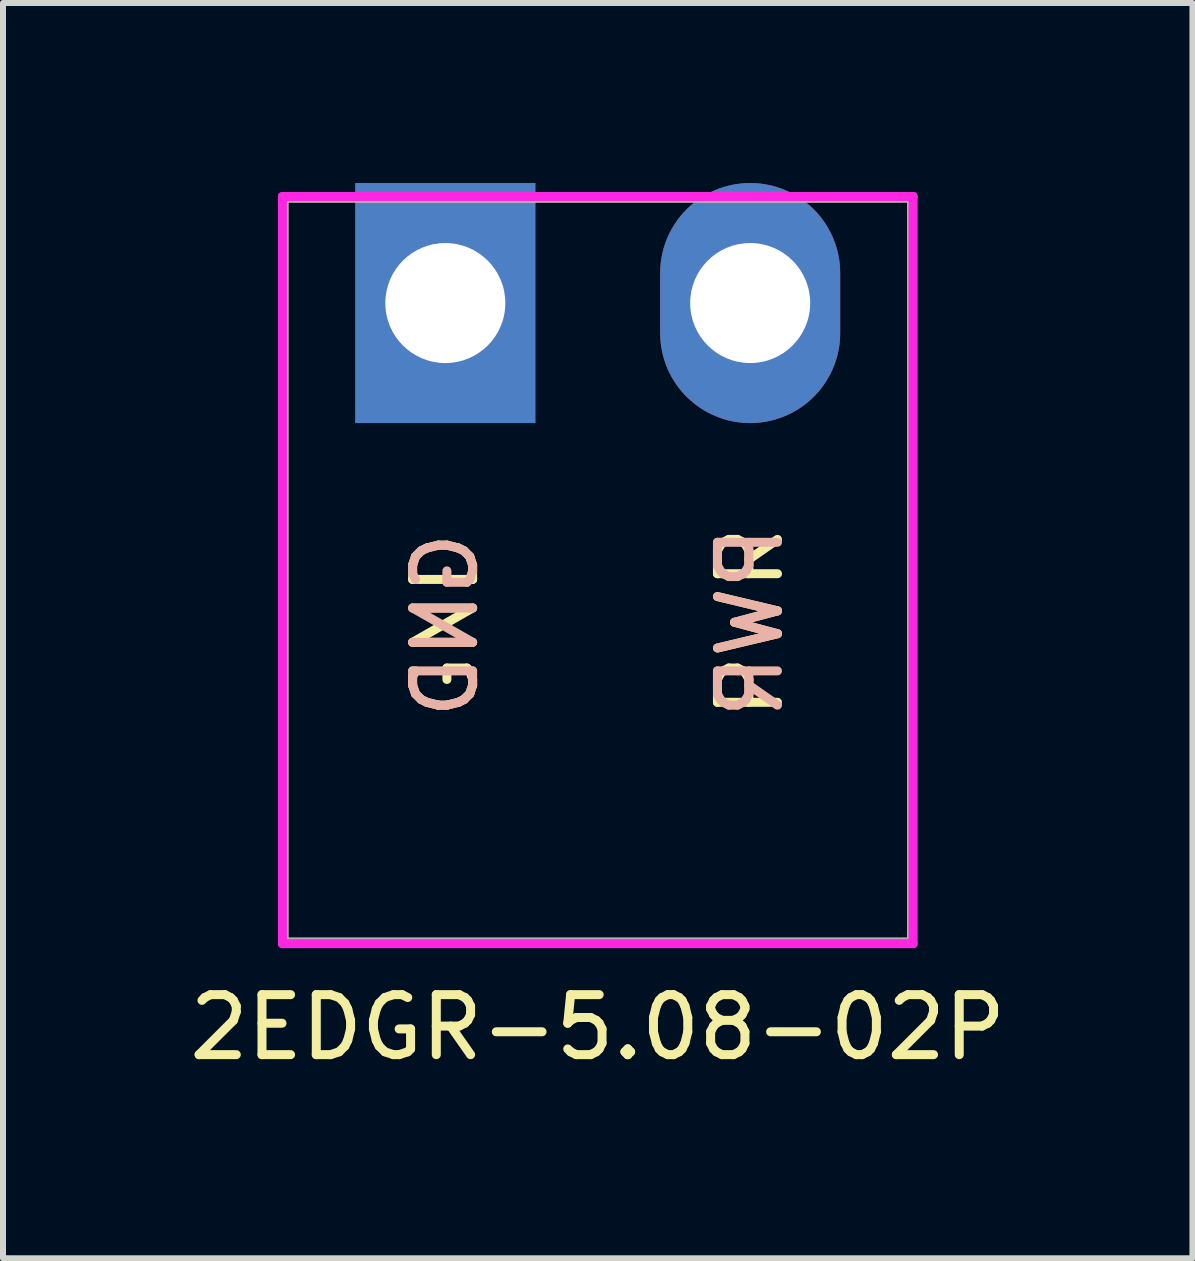
<source format=kicad_pcb>
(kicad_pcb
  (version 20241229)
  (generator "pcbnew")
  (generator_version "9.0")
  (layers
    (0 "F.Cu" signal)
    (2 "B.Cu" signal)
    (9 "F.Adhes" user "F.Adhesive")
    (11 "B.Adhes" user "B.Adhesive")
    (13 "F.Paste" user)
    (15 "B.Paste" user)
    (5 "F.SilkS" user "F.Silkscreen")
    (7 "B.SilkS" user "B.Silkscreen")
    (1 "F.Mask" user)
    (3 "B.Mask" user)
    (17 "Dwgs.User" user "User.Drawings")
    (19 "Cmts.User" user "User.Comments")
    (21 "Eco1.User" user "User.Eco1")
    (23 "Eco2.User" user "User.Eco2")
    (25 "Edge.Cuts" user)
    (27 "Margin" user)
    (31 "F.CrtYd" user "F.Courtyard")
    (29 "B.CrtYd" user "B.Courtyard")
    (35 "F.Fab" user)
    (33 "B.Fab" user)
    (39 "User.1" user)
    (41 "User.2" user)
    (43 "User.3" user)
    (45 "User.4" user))
  (footprint "2EDGR-5.08-02P"
    (layer "F.Cu")
    (at 6.911 6.45)
    (property "Reference" "2EDGR-5.08-02P" (at 0 7.62 0) (layer "F.SilkS") (effects (font (size 1 1) (thickness 0.15))))
    (attr through_hole)
    (fp_line (start -5.23 -6.2) (end 5.23 -6.2) (stroke (width 0.15) (type solid)) (layer "F.SilkS"))
    (fp_line (start -5.23 6.2) (end -5.23 -6.2) (stroke (width 0.15) (type solid)) (layer "F.SilkS"))
    (fp_line (start -5.23 6.2) (end 5.23 6.2) (stroke (width 0.15) (type solid)) (layer "F.SilkS"))
    (fp_line (start 5.23 6.2) (end 5.23 -6.2) (stroke (width 0.15) (type solid)) (layer "F.SilkS"))
    (fp_line (start -5.255 -6.225) (end -5.255 6.225) (stroke (width 0.15) (type solid)) (layer "F.CrtYd"))
    (fp_line (start -5.255 6.225) (end 5.255 6.225) (stroke (width 0.15) (type solid)) (layer "F.CrtYd"))
    (fp_line (start 5.255 -6.225) (end -5.255 -6.225) (stroke (width 0.15) (type solid)) (layer "F.CrtYd"))
    (fp_line (start 5.255 -6.225) (end 5.255 -6.225) (stroke (width 0.15) (type solid)) (layer "F.CrtYd"))
    (fp_line (start 5.255 6.225) (end 5.255 -6.225) (stroke (width 0.15) (type solid)) (layer "F.CrtYd"))
    (fp_line (start -5.23 -6.2) (end 5.23 -6.2) (stroke (width 0.15) (type solid)) (layer "F.Fab"))
    (fp_line (start -5.23 6.2) (end -5.23 -6.2) (stroke (width 0.15) (type solid)) (layer "F.Fab"))
    (fp_line (start 5.23 -6.2) (end 5.23 6.2) (stroke (width 0.15) (type solid)) (layer "F.Fab"))
    (fp_line (start 5.23 6.2) (end -5.23 6.2) (stroke (width 0.15) (type solid)) (layer "F.Fab"))
    (fp_text user "GND" (at -2.54 2.54 90) (layer "F.SilkS") (effects (font (size 1 1) (thickness 0.15)) (justify left)))
    (fp_text user "PWR" (at 2.54 2.54 90) (layer "F.SilkS") (effects (font (size 1 1) (thickness 0.15)) (justify left)))
    (fp_text user "PWR" (at 2.54 2.54 90) (layer "B.SilkS") (effects (font (size 1 1) (thickness 0.15)) (justify right mirror)))
    (fp_text user "GND" (at -2.54 2.54 90) (layer "B.SilkS") (effects (font (size 1 1) (thickness 0.15)) (justify right mirror)))
    (pad "1" thru_hole rect (at -2.54 -4.45) (size 3 4) (drill 2) (layers "*.Cu"))
    (pad "2" thru_hole oval (at 2.54 -4.45) (size 3 4) (drill 2) (layers "*.Cu")))
  (gr_rect
    (start -3 -3)
    (end 16.821 17.918)
    (stroke (width 0.1) (type default))
    (fill no)
    (layer "Edge.Cuts")))
</source>
